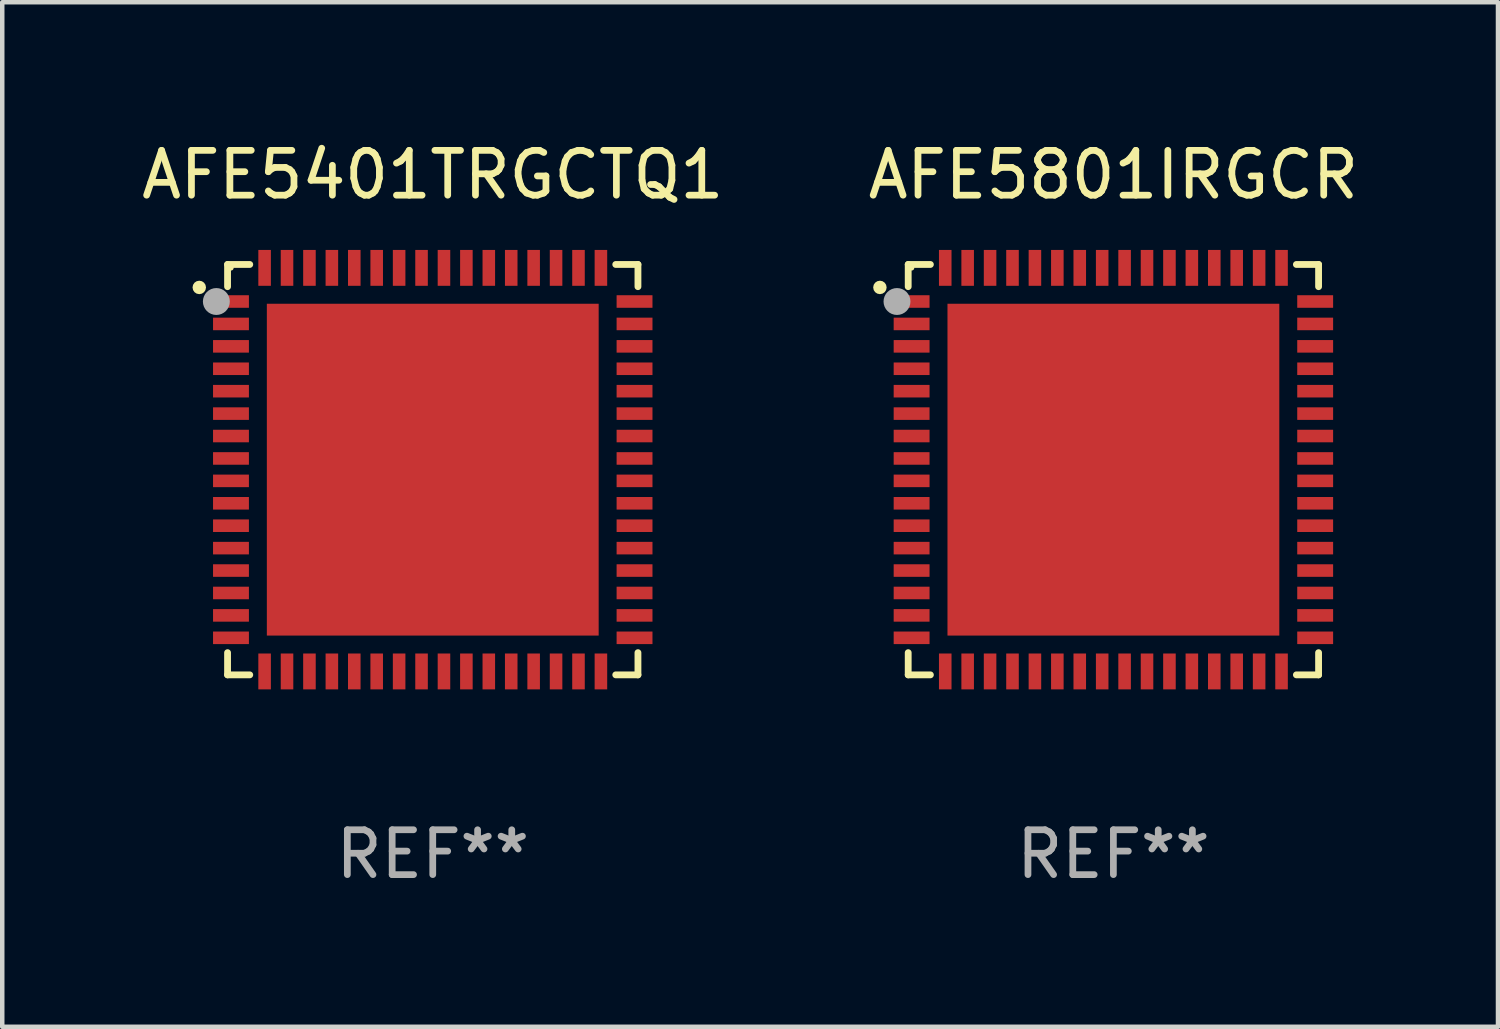
<source format=kicad_pcb>
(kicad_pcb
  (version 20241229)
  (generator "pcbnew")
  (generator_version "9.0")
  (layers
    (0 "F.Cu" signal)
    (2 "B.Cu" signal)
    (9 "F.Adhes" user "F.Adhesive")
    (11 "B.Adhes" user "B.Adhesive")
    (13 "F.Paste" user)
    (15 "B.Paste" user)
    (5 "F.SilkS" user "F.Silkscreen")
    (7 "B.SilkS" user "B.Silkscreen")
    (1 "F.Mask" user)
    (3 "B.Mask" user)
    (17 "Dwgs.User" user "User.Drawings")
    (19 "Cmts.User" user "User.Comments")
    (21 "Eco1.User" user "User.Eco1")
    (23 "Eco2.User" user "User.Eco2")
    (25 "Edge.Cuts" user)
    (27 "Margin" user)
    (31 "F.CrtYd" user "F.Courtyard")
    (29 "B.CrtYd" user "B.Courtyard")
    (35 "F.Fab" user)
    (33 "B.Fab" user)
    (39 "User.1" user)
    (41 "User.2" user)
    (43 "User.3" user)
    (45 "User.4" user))
  (footprint "AFE5801IRGCR"
    (layer "F.Cu")
    (at 21.78 7.424)
    (property "Reference" "AFE5801IRGCR" (at 0 -6.576 0) (layer "F.SilkS") (effects (font (size 1 1) (thickness 0.15))))
    (attr through_hole)
    (fp_line (start -4.576 -4.576) (end -4.576 -4.081) (stroke (width 0.152) (type solid)) (layer "F.SilkS"))
    (fp_line (start -4.576 4.576) (end -4.576 4.081) (stroke (width 0.152) (type solid)) (layer "F.SilkS"))
    (fp_line (start -4.081 -4.576) (end -4.576 -4.576) (stroke (width 0.152) (type solid)) (layer "F.SilkS"))
    (fp_line (start -4.081 4.576) (end -4.576 4.576) (stroke (width 0.152) (type solid)) (layer "F.SilkS"))
    (fp_line (start 4.081 -4.576) (end 4.576 -4.576) (stroke (width 0.152) (type solid)) (layer "F.SilkS"))
    (fp_line (start 4.081 4.576) (end 4.576 4.576) (stroke (width 0.152) (type solid)) (layer "F.SilkS"))
    (fp_line (start 4.576 -4.576) (end 4.576 -4.081) (stroke (width 0.152) (type solid)) (layer "F.SilkS"))
    (fp_line (start 4.576 4.576) (end 4.576 4.081) (stroke (width 0.152) (type solid)) (layer "F.SilkS"))
    (fp_circle (center -5.207 -4.064) (end -5.132 -4.064) (stroke (width 0.15) (type solid)) (fill no) (layer "F.SilkS"))
    (fp_circle (center -4.5 -4.5) (end -4.47 -4.5) (stroke (width 0.06) (type solid)) (fill no) (layer "F.SilkS"))
    (fp_circle (center -4.826 -3.75) (end -4.676 -3.75) (stroke (width 0.3) (type solid)) (fill no) (layer "F.Fab"))
    (fp_text user "REF**" (at 0 8.576 0) (layer "F.Fab") (effects (font (size 1 1) (thickness 0.15))))
    (pad "1" smd rect (at -4.5 -3.75) (size 0.8 0.28) (layers "F.Cu" "F.Mask" "F.Paste"))
    (pad "2" smd rect (at -4.5 -3.25) (size 0.8 0.28) (layers "F.Cu" "F.Mask" "F.Paste"))
    (pad "3" smd rect (at -4.5 -2.75) (size 0.8 0.28) (layers "F.Cu" "F.Mask" "F.Paste"))
    (pad "4" smd rect (at -4.5 -2.25) (size 0.8 0.28) (layers "F.Cu" "F.Mask" "F.Paste"))
    (pad "5" smd rect (at -4.5 -1.75) (size 0.8 0.28) (layers "F.Cu" "F.Mask" "F.Paste"))
    (pad "6" smd rect (at -4.5 -1.25) (size 0.8 0.28) (layers "F.Cu" "F.Mask" "F.Paste"))
    (pad "7" smd rect (at -4.5 -0.75) (size 0.8 0.28) (layers "F.Cu" "F.Mask" "F.Paste"))
    (pad "8" smd rect (at -4.5 -0.25) (size 0.8 0.28) (layers "F.Cu" "F.Mask" "F.Paste"))
    (pad "9" smd rect (at -4.5 0.25) (size 0.8 0.28) (layers "F.Cu" "F.Mask" "F.Paste"))
    (pad "10" smd rect (at -4.5 0.75) (size 0.8 0.28) (layers "F.Cu" "F.Mask" "F.Paste"))
    (pad "11" smd rect (at -4.5 1.25) (size 0.8 0.28) (layers "F.Cu" "F.Mask" "F.Paste"))
    (pad "12" smd rect (at -4.5 1.75) (size 0.8 0.28) (layers "F.Cu" "F.Mask" "F.Paste"))
    (pad "13" smd rect (at -4.5 2.25) (size 0.8 0.28) (layers "F.Cu" "F.Mask" "F.Paste"))
    (pad "14" smd rect (at -4.5 2.75) (size 0.8 0.28) (layers "F.Cu" "F.Mask" "F.Paste"))
    (pad "15" smd rect (at -4.5 3.25) (size 0.8 0.28) (layers "F.Cu" "F.Mask" "F.Paste"))
    (pad "16" smd rect (at -4.5 3.75) (size 0.8 0.28) (layers "F.Cu" "F.Mask" "F.Paste"))
    (pad "17" smd rect (at -3.75 4.5) (size 0.28 0.8) (layers "F.Cu" "F.Mask" "F.Paste"))
    (pad "18" smd rect (at -3.25 4.5) (size 0.28 0.8) (layers "F.Cu" "F.Mask" "F.Paste"))
    (pad "19" smd rect (at -2.75 4.5) (size 0.28 0.8) (layers "F.Cu" "F.Mask" "F.Paste"))
    (pad "20" smd rect (at -2.25 4.5) (size 0.28 0.8) (layers "F.Cu" "F.Mask" "F.Paste"))
    (pad "21" smd rect (at -1.75 4.5) (size 0.28 0.8) (layers "F.Cu" "F.Mask" "F.Paste"))
    (pad "22" smd rect (at -1.25 4.5) (size 0.28 0.8) (layers "F.Cu" "F.Mask" "F.Paste"))
    (pad "23" smd rect (at -0.75 4.5) (size 0.28 0.8) (layers "F.Cu" "F.Mask" "F.Paste"))
    (pad "24" smd rect (at -0.25 4.5) (size 0.28 0.8) (layers "F.Cu" "F.Mask" "F.Paste"))
    (pad "25" smd rect (at 0.25 4.5) (size 0.28 0.8) (layers "F.Cu" "F.Mask" "F.Paste"))
    (pad "26" smd rect (at 0.75 4.5) (size 0.28 0.8) (layers "F.Cu" "F.Mask" "F.Paste"))
    (pad "27" smd rect (at 1.25 4.5) (size 0.28 0.8) (layers "F.Cu" "F.Mask" "F.Paste"))
    (pad "28" smd rect (at 1.75 4.5) (size 0.28 0.8) (layers "F.Cu" "F.Mask" "F.Paste"))
    (pad "29" smd rect (at 2.25 4.5) (size 0.28 0.8) (layers "F.Cu" "F.Mask" "F.Paste"))
    (pad "30" smd rect (at 2.75 4.5) (size 0.28 0.8) (layers "F.Cu" "F.Mask" "F.Paste"))
    (pad "31" smd rect (at 3.25 4.5) (size 0.28 0.8) (layers "F.Cu" "F.Mask" "F.Paste"))
    (pad "32" smd rect (at 3.75 4.5) (size 0.28 0.8) (layers "F.Cu" "F.Mask" "F.Paste"))
    (pad "33" smd rect (at 4.5 3.75) (size 0.8 0.28) (layers "F.Cu" "F.Mask" "F.Paste"))
    (pad "34" smd rect (at 4.5 3.25) (size 0.8 0.28) (layers "F.Cu" "F.Mask" "F.Paste"))
    (pad "35" smd rect (at 4.5 2.75) (size 0.8 0.28) (layers "F.Cu" "F.Mask" "F.Paste"))
    (pad "36" smd rect (at 4.5 2.25) (size 0.8 0.28) (layers "F.Cu" "F.Mask" "F.Paste"))
    (pad "37" smd rect (at 4.5 1.75) (size 0.8 0.28) (layers "F.Cu" "F.Mask" "F.Paste"))
    (pad "38" smd rect (at 4.5 1.25) (size 0.8 0.28) (layers "F.Cu" "F.Mask" "F.Paste"))
    (pad "39" smd rect (at 4.5 0.75) (size 0.8 0.28) (layers "F.Cu" "F.Mask" "F.Paste"))
    (pad "40" smd rect (at 4.5 0.25) (size 0.8 0.28) (layers "F.Cu" "F.Mask" "F.Paste"))
    (pad "41" smd rect (at 4.5 -0.25) (size 0.8 0.28) (layers "F.Cu" "F.Mask" "F.Paste"))
    (pad "42" smd rect (at 4.5 -0.75) (size 0.8 0.28) (layers "F.Cu" "F.Mask" "F.Paste"))
    (pad "43" smd rect (at 4.5 -1.25) (size 0.8 0.28) (layers "F.Cu" "F.Mask" "F.Paste"))
    (pad "44" smd rect (at 4.5 -1.75) (size 0.8 0.28) (layers "F.Cu" "F.Mask" "F.Paste"))
    (pad "45" smd rect (at 4.5 -2.25) (size 0.8 0.28) (layers "F.Cu" "F.Mask" "F.Paste"))
    (pad "46" smd rect (at 4.5 -2.75) (size 0.8 0.28) (layers "F.Cu" "F.Mask" "F.Paste"))
    (pad "47" smd rect (at 4.5 -3.25) (size 0.8 0.28) (layers "F.Cu" "F.Mask" "F.Paste"))
    (pad "48" smd rect (at 4.5 -3.75) (size 0.8 0.28) (layers "F.Cu" "F.Mask" "F.Paste"))
    (pad "49" smd rect (at 3.75 -4.5) (size 0.28 0.8) (layers "F.Cu" "F.Mask" "F.Paste"))
    (pad "50" smd rect (at 3.25 -4.5) (size 0.28 0.8) (layers "F.Cu" "F.Mask" "F.Paste"))
    (pad "51" smd rect (at 2.75 -4.5) (size 0.28 0.8) (layers "F.Cu" "F.Mask" "F.Paste"))
    (pad "52" smd rect (at 2.25 -4.5) (size 0.28 0.8) (layers "F.Cu" "F.Mask" "F.Paste"))
    (pad "53" smd rect (at 1.75 -4.5) (size 0.28 0.8) (layers "F.Cu" "F.Mask" "F.Paste"))
    (pad "54" smd rect (at 1.25 -4.5) (size 0.28 0.8) (layers "F.Cu" "F.Mask" "F.Paste"))
    (pad "55" smd rect (at 0.75 -4.5) (size 0.28 0.8) (layers "F.Cu" "F.Mask" "F.Paste"))
    (pad "56" smd rect (at 0.25 -4.5) (size 0.28 0.8) (layers "F.Cu" "F.Mask" "F.Paste"))
    (pad "57" smd rect (at -0.25 -4.5) (size 0.28 0.8) (layers "F.Cu" "F.Mask" "F.Paste"))
    (pad "58" smd rect (at -0.75 -4.5) (size 0.28 0.8) (layers "F.Cu" "F.Mask" "F.Paste"))
    (pad "59" smd rect (at -1.25 -4.5) (size 0.28 0.8) (layers "F.Cu" "F.Mask" "F.Paste"))
    (pad "60" smd rect (at -1.75 -4.5) (size 0.28 0.8) (layers "F.Cu" "F.Mask" "F.Paste"))
    (pad "61" smd rect (at -2.25 -4.5) (size 0.28 0.8) (layers "F.Cu" "F.Mask" "F.Paste"))
    (pad "62" smd rect (at -2.75 -4.5) (size 0.28 0.8) (layers "F.Cu" "F.Mask" "F.Paste"))
    (pad "63" smd rect (at -3.25 -4.5) (size 0.28 0.8) (layers "F.Cu" "F.Mask" "F.Paste"))
    (pad "64" smd rect (at -3.75 -4.5) (size 0.28 0.8) (layers "F.Cu" "F.Mask" "F.Paste"))
    (pad "65" smd rect (at 0 0) (size 7.4 7.4) (layers "F.Cu" "F.Mask" "F.Paste")))
  (footprint "AFE5401TRGCTQ1"
    (layer "F.Cu")
    (at 6.601 7.424)
    (property "Reference" "AFE5401TRGCTQ1" (at 0 -6.576 0) (layer "F.SilkS") (effects (font (size 1 1) (thickness 0.15))))
    (attr through_hole)
    (fp_line (start -4.576 -4.576) (end -4.576 -4.081) (stroke (width 0.152) (type solid)) (layer "F.SilkS"))
    (fp_line (start -4.576 4.576) (end -4.576 4.081) (stroke (width 0.152) (type solid)) (layer "F.SilkS"))
    (fp_line (start -4.081 -4.576) (end -4.576 -4.576) (stroke (width 0.152) (type solid)) (layer "F.SilkS"))
    (fp_line (start -4.081 4.576) (end -4.576 4.576) (stroke (width 0.152) (type solid)) (layer "F.SilkS"))
    (fp_line (start 4.081 -4.576) (end 4.576 -4.576) (stroke (width 0.152) (type solid)) (layer "F.SilkS"))
    (fp_line (start 4.081 4.576) (end 4.576 4.576) (stroke (width 0.152) (type solid)) (layer "F.SilkS"))
    (fp_line (start 4.576 -4.576) (end 4.576 -4.081) (stroke (width 0.152) (type solid)) (layer "F.SilkS"))
    (fp_line (start 4.576 4.576) (end 4.576 4.081) (stroke (width 0.152) (type solid)) (layer "F.SilkS"))
    (fp_circle (center -5.207 -4.064) (end -5.132 -4.064) (stroke (width 0.15) (type solid)) (fill no) (layer "F.SilkS"))
    (fp_circle (center -4.5 -4.5) (end -4.47 -4.5) (stroke (width 0.06) (type solid)) (fill no) (layer "F.SilkS"))
    (fp_circle (center -4.826 -3.75) (end -4.676 -3.75) (stroke (width 0.3) (type solid)) (fill no) (layer "F.Fab"))
    (fp_text user "REF**" (at 0 8.576 0) (layer "F.Fab") (effects (font (size 1 1) (thickness 0.15))))
    (pad "1" smd rect (at -4.5 -3.75) (size 0.8 0.28) (layers "F.Cu" "F.Mask" "F.Paste"))
    (pad "2" smd rect (at -4.5 -3.25) (size 0.8 0.28) (layers "F.Cu" "F.Mask" "F.Paste"))
    (pad "3" smd rect (at -4.5 -2.75) (size 0.8 0.28) (layers "F.Cu" "F.Mask" "F.Paste"))
    (pad "4" smd rect (at -4.5 -2.25) (size 0.8 0.28) (layers "F.Cu" "F.Mask" "F.Paste"))
    (pad "5" smd rect (at -4.5 -1.75) (size 0.8 0.28) (layers "F.Cu" "F.Mask" "F.Paste"))
    (pad "6" smd rect (at -4.5 -1.25) (size 0.8 0.28) (layers "F.Cu" "F.Mask" "F.Paste"))
    (pad "7" smd rect (at -4.5 -0.75) (size 0.8 0.28) (layers "F.Cu" "F.Mask" "F.Paste"))
    (pad "8" smd rect (at -4.5 -0.25) (size 0.8 0.28) (layers "F.Cu" "F.Mask" "F.Paste"))
    (pad "9" smd rect (at -4.5 0.25) (size 0.8 0.28) (layers "F.Cu" "F.Mask" "F.Paste"))
    (pad "10" smd rect (at -4.5 0.75) (size 0.8 0.28) (layers "F.Cu" "F.Mask" "F.Paste"))
    (pad "11" smd rect (at -4.5 1.25) (size 0.8 0.28) (layers "F.Cu" "F.Mask" "F.Paste"))
    (pad "12" smd rect (at -4.5 1.75) (size 0.8 0.28) (layers "F.Cu" "F.Mask" "F.Paste"))
    (pad "13" smd rect (at -4.5 2.25) (size 0.8 0.28) (layers "F.Cu" "F.Mask" "F.Paste"))
    (pad "14" smd rect (at -4.5 2.75) (size 0.8 0.28) (layers "F.Cu" "F.Mask" "F.Paste"))
    (pad "15" smd rect (at -4.5 3.25) (size 0.8 0.28) (layers "F.Cu" "F.Mask" "F.Paste"))
    (pad "16" smd rect (at -4.5 3.75) (size 0.8 0.28) (layers "F.Cu" "F.Mask" "F.Paste"))
    (pad "17" smd rect (at -3.75 4.5) (size 0.28 0.8) (layers "F.Cu" "F.Mask" "F.Paste"))
    (pad "18" smd rect (at -3.25 4.5) (size 0.28 0.8) (layers "F.Cu" "F.Mask" "F.Paste"))
    (pad "19" smd rect (at -2.75 4.5) (size 0.28 0.8) (layers "F.Cu" "F.Mask" "F.Paste"))
    (pad "20" smd rect (at -2.25 4.5) (size 0.28 0.8) (layers "F.Cu" "F.Mask" "F.Paste"))
    (pad "21" smd rect (at -1.75 4.5) (size 0.28 0.8) (layers "F.Cu" "F.Mask" "F.Paste"))
    (pad "22" smd rect (at -1.25 4.5) (size 0.28 0.8) (layers "F.Cu" "F.Mask" "F.Paste"))
    (pad "23" smd rect (at -0.75 4.5) (size 0.28 0.8) (layers "F.Cu" "F.Mask" "F.Paste"))
    (pad "24" smd rect (at -0.25 4.5) (size 0.28 0.8) (layers "F.Cu" "F.Mask" "F.Paste"))
    (pad "25" smd rect (at 0.25 4.5) (size 0.28 0.8) (layers "F.Cu" "F.Mask" "F.Paste"))
    (pad "26" smd rect (at 0.75 4.5) (size 0.28 0.8) (layers "F.Cu" "F.Mask" "F.Paste"))
    (pad "27" smd rect (at 1.25 4.5) (size 0.28 0.8) (layers "F.Cu" "F.Mask" "F.Paste"))
    (pad "28" smd rect (at 1.75 4.5) (size 0.28 0.8) (layers "F.Cu" "F.Mask" "F.Paste"))
    (pad "29" smd rect (at 2.25 4.5) (size 0.28 0.8) (layers "F.Cu" "F.Mask" "F.Paste"))
    (pad "30" smd rect (at 2.75 4.5) (size 0.28 0.8) (layers "F.Cu" "F.Mask" "F.Paste"))
    (pad "31" smd rect (at 3.25 4.5) (size 0.28 0.8) (layers "F.Cu" "F.Mask" "F.Paste"))
    (pad "32" smd rect (at 3.75 4.5) (size 0.28 0.8) (layers "F.Cu" "F.Mask" "F.Paste"))
    (pad "33" smd rect (at 4.5 3.75) (size 0.8 0.28) (layers "F.Cu" "F.Mask" "F.Paste"))
    (pad "34" smd rect (at 4.5 3.25) (size 0.8 0.28) (layers "F.Cu" "F.Mask" "F.Paste"))
    (pad "35" smd rect (at 4.5 2.75) (size 0.8 0.28) (layers "F.Cu" "F.Mask" "F.Paste"))
    (pad "36" smd rect (at 4.5 2.25) (size 0.8 0.28) (layers "F.Cu" "F.Mask" "F.Paste"))
    (pad "37" smd rect (at 4.5 1.75) (size 0.8 0.28) (layers "F.Cu" "F.Mask" "F.Paste"))
    (pad "38" smd rect (at 4.5 1.25) (size 0.8 0.28) (layers "F.Cu" "F.Mask" "F.Paste"))
    (pad "39" smd rect (at 4.5 0.75) (size 0.8 0.28) (layers "F.Cu" "F.Mask" "F.Paste"))
    (pad "40" smd rect (at 4.5 0.25) (size 0.8 0.28) (layers "F.Cu" "F.Mask" "F.Paste"))
    (pad "41" smd rect (at 4.5 -0.25) (size 0.8 0.28) (layers "F.Cu" "F.Mask" "F.Paste"))
    (pad "42" smd rect (at 4.5 -0.75) (size 0.8 0.28) (layers "F.Cu" "F.Mask" "F.Paste"))
    (pad "43" smd rect (at 4.5 -1.25) (size 0.8 0.28) (layers "F.Cu" "F.Mask" "F.Paste"))
    (pad "44" smd rect (at 4.5 -1.75) (size 0.8 0.28) (layers "F.Cu" "F.Mask" "F.Paste"))
    (pad "45" smd rect (at 4.5 -2.25) (size 0.8 0.28) (layers "F.Cu" "F.Mask" "F.Paste"))
    (pad "46" smd rect (at 4.5 -2.75) (size 0.8 0.28) (layers "F.Cu" "F.Mask" "F.Paste"))
    (pad "47" smd rect (at 4.5 -3.25) (size 0.8 0.28) (layers "F.Cu" "F.Mask" "F.Paste"))
    (pad "48" smd rect (at 4.5 -3.75) (size 0.8 0.28) (layers "F.Cu" "F.Mask" "F.Paste"))
    (pad "49" smd rect (at 3.75 -4.5) (size 0.28 0.8) (layers "F.Cu" "F.Mask" "F.Paste"))
    (pad "50" smd rect (at 3.25 -4.5) (size 0.28 0.8) (layers "F.Cu" "F.Mask" "F.Paste"))
    (pad "51" smd rect (at 2.75 -4.5) (size 0.28 0.8) (layers "F.Cu" "F.Mask" "F.Paste"))
    (pad "52" smd rect (at 2.25 -4.5) (size 0.28 0.8) (layers "F.Cu" "F.Mask" "F.Paste"))
    (pad "53" smd rect (at 1.75 -4.5) (size 0.28 0.8) (layers "F.Cu" "F.Mask" "F.Paste"))
    (pad "54" smd rect (at 1.25 -4.5) (size 0.28 0.8) (layers "F.Cu" "F.Mask" "F.Paste"))
    (pad "55" smd rect (at 0.75 -4.5) (size 0.28 0.8) (layers "F.Cu" "F.Mask" "F.Paste"))
    (pad "56" smd rect (at 0.25 -4.5) (size 0.28 0.8) (layers "F.Cu" "F.Mask" "F.Paste"))
    (pad "57" smd rect (at -0.25 -4.5) (size 0.28 0.8) (layers "F.Cu" "F.Mask" "F.Paste"))
    (pad "58" smd rect (at -0.75 -4.5) (size 0.28 0.8) (layers "F.Cu" "F.Mask" "F.Paste"))
    (pad "59" smd rect (at -1.25 -4.5) (size 0.28 0.8) (layers "F.Cu" "F.Mask" "F.Paste"))
    (pad "60" smd rect (at -1.75 -4.5) (size 0.28 0.8) (layers "F.Cu" "F.Mask" "F.Paste"))
    (pad "61" smd rect (at -2.25 -4.5) (size 0.28 0.8) (layers "F.Cu" "F.Mask" "F.Paste"))
    (pad "62" smd rect (at -2.75 -4.5) (size 0.28 0.8) (layers "F.Cu" "F.Mask" "F.Paste"))
    (pad "63" smd rect (at -3.25 -4.5) (size 0.28 0.8) (layers "F.Cu" "F.Mask" "F.Paste"))
    (pad "64" smd rect (at -3.75 -4.5) (size 0.28 0.8) (layers "F.Cu" "F.Mask" "F.Paste"))
    (pad "65" smd rect (at 0 0) (size 7.4 7.4) (layers "F.Cu" "F.Mask" "F.Paste")))
  (gr_rect
    (start -3 -3)
    (end 30.357 19.849)
    (stroke (width 0.1) (type default))
    (fill no)
    (layer "Edge.Cuts")))
</source>
